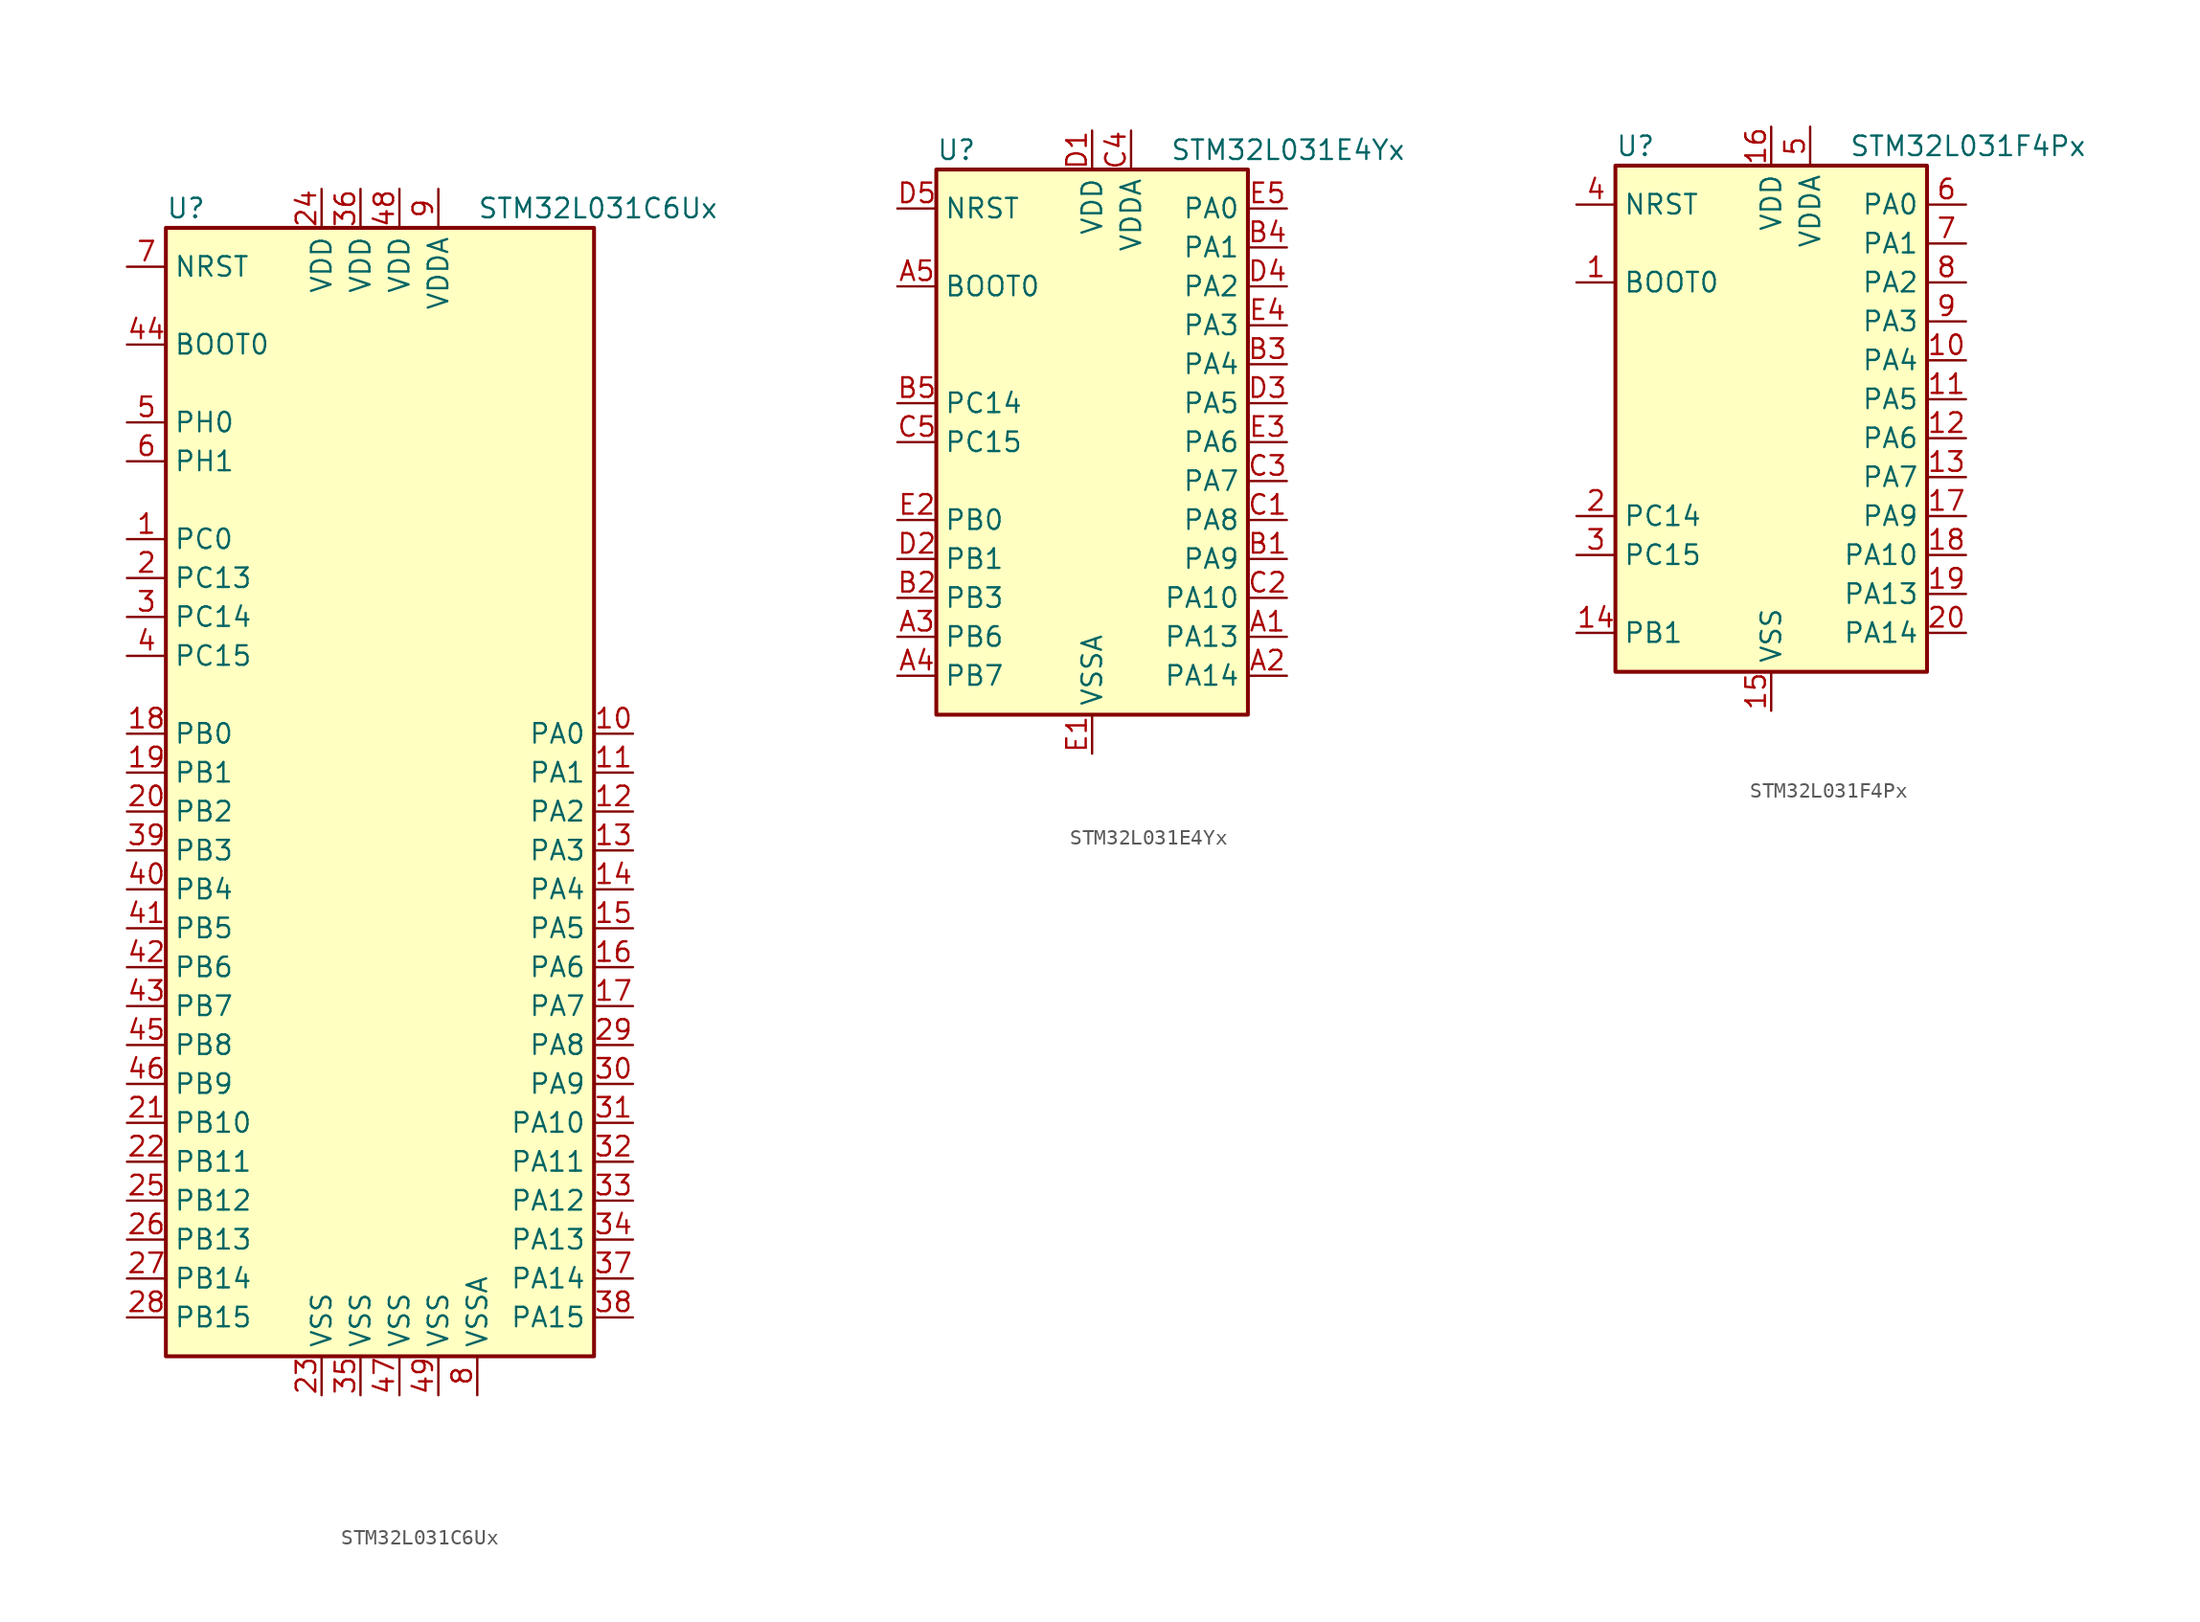
<source format=kicad_sym>
(kicad_symbol_lib
  (version 20201005)
  (generator kicad_symbol_editor)
  (symbol "STM32L031C6Ux"
    (property "Reference" "U"
      (at -15.24 36.83 0)
      (effects (font (size 1.27 1.27)) (justify left)))
    (property "Value" "STM32L031C6Ux"
      (at 5.08 36.83 0)
      (effects (font (size 1.27 1.27)) (justify left)))
    (symbol "STM32L031C6Ux_0_1"
      (rectangle (start -15.24 -38.1) (end 12.7 35.56) (stroke (width 0.254)) (fill (type background))))
    (symbol "STM32L031C6Ux_1_1"
      (pin bidirectional line (at -17.78 15.24 0) (length 2.54) (name "PC0" (effects (font (size 1.27 1.27)))) (number "1" (effects (font (size 1.27 1.27)))))
      (pin bidirectional line (at 15.24 2.54 180) (length 2.54) (name "PA0" (effects (font (size 1.27 1.27)))) (number "10" (effects (font (size 1.27 1.27)))))
      (pin bidirectional line (at 15.24 0 180) (length 2.54) (name "PA1" (effects (font (size 1.27 1.27)))) (number "11" (effects (font (size 1.27 1.27)))))
      (pin bidirectional line (at 15.24 -2.54 180) (length 2.54) (name "PA2" (effects (font (size 1.27 1.27)))) (number "12" (effects (font (size 1.27 1.27)))))
      (pin bidirectional line (at 15.24 -5.08 180) (length 2.54) (name "PA3" (effects (font (size 1.27 1.27)))) (number "13" (effects (font (size 1.27 1.27)))))
      (pin bidirectional line (at 15.24 -7.62 180) (length 2.54) (name "PA4" (effects (font (size 1.27 1.27)))) (number "14" (effects (font (size 1.27 1.27)))))
      (pin bidirectional line (at 15.24 -10.16 180) (length 2.54) (name "PA5" (effects (font (size 1.27 1.27)))) (number "15" (effects (font (size 1.27 1.27)))))
      (pin bidirectional line (at 15.24 -12.7 180) (length 2.54) (name "PA6" (effects (font (size 1.27 1.27)))) (number "16" (effects (font (size 1.27 1.27)))))
      (pin bidirectional line (at 15.24 -15.24 180) (length 2.54) (name "PA7" (effects (font (size 1.27 1.27)))) (number "17" (effects (font (size 1.27 1.27)))))
      (pin bidirectional line (at -17.78 2.54 0) (length 2.54) (name "PB0" (effects (font (size 1.27 1.27)))) (number "18" (effects (font (size 1.27 1.27)))))
      (pin bidirectional line (at -17.78 0 0) (length 2.54) (name "PB1" (effects (font (size 1.27 1.27)))) (number "19" (effects (font (size 1.27 1.27)))))
      (pin bidirectional line (at -17.78 12.7 0) (length 2.54) (name "PC13" (effects (font (size 1.27 1.27)))) (number "2" (effects (font (size 1.27 1.27)))))
      (pin bidirectional line (at -17.78 -2.54 0) (length 2.54) (name "PB2" (effects (font (size 1.27 1.27)))) (number "20" (effects (font (size 1.27 1.27)))))
      (pin bidirectional line (at -17.78 -22.86 0) (length 2.54) (name "PB10" (effects (font (size 1.27 1.27)))) (number "21" (effects (font (size 1.27 1.27)))))
      (pin bidirectional line (at -17.78 -25.4 0) (length 2.54) (name "PB11" (effects (font (size 1.27 1.27)))) (number "22" (effects (font (size 1.27 1.27)))))
      (pin power_in line (at -5.08 -40.64 90) (length 2.54) (name "VSS" (effects (font (size 1.27 1.27)))) (number "23" (effects (font (size 1.27 1.27)))))
      (pin power_in line (at -5.08 38.1 270) (length 2.54) (name "VDD" (effects (font (size 1.27 1.27)))) (number "24" (effects (font (size 1.27 1.27)))))
      (pin bidirectional line (at -17.78 -27.94 0) (length 2.54) (name "PB12" (effects (font (size 1.27 1.27)))) (number "25" (effects (font (size 1.27 1.27)))))
      (pin bidirectional line (at -17.78 -30.48 0) (length 2.54) (name "PB13" (effects (font (size 1.27 1.27)))) (number "26" (effects (font (size 1.27 1.27)))))
      (pin bidirectional line (at -17.78 -33.02 0) (length 2.54) (name "PB14" (effects (font (size 1.27 1.27)))) (number "27" (effects (font (size 1.27 1.27)))))
      (pin bidirectional line (at -17.78 -35.56 0) (length 2.54) (name "PB15" (effects (font (size 1.27 1.27)))) (number "28" (effects (font (size 1.27 1.27)))))
      (pin bidirectional line (at 15.24 -17.78 180) (length 2.54) (name "PA8" (effects (font (size 1.27 1.27)))) (number "29" (effects (font (size 1.27 1.27)))))
      (pin bidirectional line (at -17.78 10.16 0) (length 2.54) (name "PC14" (effects (font (size 1.27 1.27)))) (number "3" (effects (font (size 1.27 1.27)))))
      (pin bidirectional line (at 15.24 -20.32 180) (length 2.54) (name "PA9" (effects (font (size 1.27 1.27)))) (number "30" (effects (font (size 1.27 1.27)))))
      (pin bidirectional line (at 15.24 -22.86 180) (length 2.54) (name "PA10" (effects (font (size 1.27 1.27)))) (number "31" (effects (font (size 1.27 1.27)))))
      (pin bidirectional line (at 15.24 -25.4 180) (length 2.54) (name "PA11" (effects (font (size 1.27 1.27)))) (number "32" (effects (font (size 1.27 1.27)))))
      (pin bidirectional line (at 15.24 -27.94 180) (length 2.54) (name "PA12" (effects (font (size 1.27 1.27)))) (number "33" (effects (font (size 1.27 1.27)))))
      (pin bidirectional line (at 15.24 -30.48 180) (length 2.54) (name "PA13" (effects (font (size 1.27 1.27)))) (number "34" (effects (font (size 1.27 1.27)))))
      (pin power_in line (at -2.54 -40.64 90) (length 2.54) (name "VSS" (effects (font (size 1.27 1.27)))) (number "35" (effects (font (size 1.27 1.27)))))
      (pin power_in line (at -2.54 38.1 270) (length 2.54) (name "VDD" (effects (font (size 1.27 1.27)))) (number "36" (effects (font (size 1.27 1.27)))))
      (pin bidirectional line (at 15.24 -33.02 180) (length 2.54) (name "PA14" (effects (font (size 1.27 1.27)))) (number "37" (effects (font (size 1.27 1.27)))))
      (pin bidirectional line (at 15.24 -35.56 180) (length 2.54) (name "PA15" (effects (font (size 1.27 1.27)))) (number "38" (effects (font (size 1.27 1.27)))))
      (pin bidirectional line (at -17.78 -5.08 0) (length 2.54) (name "PB3" (effects (font (size 1.27 1.27)))) (number "39" (effects (font (size 1.27 1.27)))))
      (pin bidirectional line (at -17.78 7.62 0) (length 2.54) (name "PC15" (effects (font (size 1.27 1.27)))) (number "4" (effects (font (size 1.27 1.27)))))
      (pin bidirectional line (at -17.78 -7.62 0) (length 2.54) (name "PB4" (effects (font (size 1.27 1.27)))) (number "40" (effects (font (size 1.27 1.27)))))
      (pin bidirectional line (at -17.78 -10.16 0) (length 2.54) (name "PB5" (effects (font (size 1.27 1.27)))) (number "41" (effects (font (size 1.27 1.27)))))
      (pin bidirectional line (at -17.78 -12.7 0) (length 2.54) (name "PB6" (effects (font (size 1.27 1.27)))) (number "42" (effects (font (size 1.27 1.27)))))
      (pin bidirectional line (at -17.78 -15.24 0) (length 2.54) (name "PB7" (effects (font (size 1.27 1.27)))) (number "43" (effects (font (size 1.27 1.27)))))
      (pin input line (at -17.78 27.94 0) (length 2.54) (name "BOOT0" (effects (font (size 1.27 1.27)))) (number "44" (effects (font (size 1.27 1.27)))))
      (pin bidirectional line (at -17.78 -17.78 0) (length 2.54) (name "PB8" (effects (font (size 1.27 1.27)))) (number "45" (effects (font (size 1.27 1.27)))))
      (pin bidirectional line (at -17.78 -20.32 0) (length 2.54) (name "PB9" (effects (font (size 1.27 1.27)))) (number "46" (effects (font (size 1.27 1.27)))))
      (pin power_in line (at 0 -40.64 90) (length 2.54) (name "VSS" (effects (font (size 1.27 1.27)))) (number "47" (effects (font (size 1.27 1.27)))))
      (pin power_in line (at 0 38.1 270) (length 2.54) (name "VDD" (effects (font (size 1.27 1.27)))) (number "48" (effects (font (size 1.27 1.27)))))
      (pin power_in line (at 2.54 -40.64 90) (length 2.54) (name "VSS" (effects (font (size 1.27 1.27)))) (number "49" (effects (font (size 1.27 1.27)))))
      (pin input line (at -17.78 22.86 0) (length 2.54) (name "PH0" (effects (font (size 1.27 1.27)))) (number "5" (effects (font (size 1.27 1.27)))))
      (pin input line (at -17.78 20.32 0) (length 2.54) (name "PH1" (effects (font (size 1.27 1.27)))) (number "6" (effects (font (size 1.27 1.27)))))
      (pin input line (at -17.78 33.02 0) (length 2.54) (name "NRST" (effects (font (size 1.27 1.27)))) (number "7" (effects (font (size 1.27 1.27)))))
      (pin power_in line (at 5.08 -40.64 90) (length 2.54) (name "VSSA" (effects (font (size 1.27 1.27)))) (number "8" (effects (font (size 1.27 1.27)))))
      (pin power_in line (at 2.54 38.1 270) (length 2.54) (name "VDDA" (effects (font (size 1.27 1.27)))) (number "9" (effects (font (size 1.27 1.27)))))))
  (symbol "STM32L031E4Yx"
    (property "Reference" "U"
      (at -10.16 19.05 0)
      (effects (font (size 1.27 1.27)) (justify left)))
    (property "Value" "STM32L031E4Yx"
      (at 5.08 19.05 0)
      (effects (font (size 1.27 1.27)) (justify left)))
    (symbol "STM32L031E4Yx_0_1"
      (rectangle (start -10.16 -17.78) (end 10.16 17.78) (stroke (width 0.254)) (fill (type background))))
    (symbol "STM32L031E4Yx_1_1"
      (pin bidirectional line (at 12.7 -12.7 180) (length 2.54) (name "PA13" (effects (font (size 1.27 1.27)))) (number "A1" (effects (font (size 1.27 1.27)))))
      (pin bidirectional line (at 12.7 -15.24 180) (length 2.54) (name "PA14" (effects (font (size 1.27 1.27)))) (number "A2" (effects (font (size 1.27 1.27)))))
      (pin bidirectional line (at -12.7 -12.7 0) (length 2.54) (name "PB6" (effects (font (size 1.27 1.27)))) (number "A3" (effects (font (size 1.27 1.27)))))
      (pin bidirectional line (at -12.7 -15.24 0) (length 2.54) (name "PB7" (effects (font (size 1.27 1.27)))) (number "A4" (effects (font (size 1.27 1.27)))))
      (pin input line (at -12.7 10.16 0) (length 2.54) (name "BOOT0" (effects (font (size 1.27 1.27)))) (number "A5" (effects (font (size 1.27 1.27)))))
      (pin bidirectional line (at 12.7 -7.62 180) (length 2.54) (name "PA9" (effects (font (size 1.27 1.27)))) (number "B1" (effects (font (size 1.27 1.27)))))
      (pin bidirectional line (at -12.7 -10.16 0) (length 2.54) (name "PB3" (effects (font (size 1.27 1.27)))) (number "B2" (effects (font (size 1.27 1.27)))))
      (pin bidirectional line (at 12.7 5.08 180) (length 2.54) (name "PA4" (effects (font (size 1.27 1.27)))) (number "B3" (effects (font (size 1.27 1.27)))))
      (pin bidirectional line (at 12.7 12.7 180) (length 2.54) (name "PA1" (effects (font (size 1.27 1.27)))) (number "B4" (effects (font (size 1.27 1.27)))))
      (pin bidirectional line (at -12.7 2.54 0) (length 2.54) (name "PC14" (effects (font (size 1.27 1.27)))) (number "B5" (effects (font (size 1.27 1.27)))))
      (pin bidirectional line (at 12.7 -5.08 180) (length 2.54) (name "PA8" (effects (font (size 1.27 1.27)))) (number "C1" (effects (font (size 1.27 1.27)))))
      (pin bidirectional line (at 12.7 -10.16 180) (length 2.54) (name "PA10" (effects (font (size 1.27 1.27)))) (number "C2" (effects (font (size 1.27 1.27)))))
      (pin bidirectional line (at 12.7 -2.54 180) (length 2.54) (name "PA7" (effects (font (size 1.27 1.27)))) (number "C3" (effects (font (size 1.27 1.27)))))
      (pin power_in line (at 2.54 20.32 270) (length 2.54) (name "VDDA" (effects (font (size 1.27 1.27)))) (number "C4" (effects (font (size 1.27 1.27)))))
      (pin bidirectional line (at -12.7 0 0) (length 2.54) (name "PC15" (effects (font (size 1.27 1.27)))) (number "C5" (effects (font (size 1.27 1.27)))))
      (pin power_in line (at 0 20.32 270) (length 2.54) (name "VDD" (effects (font (size 1.27 1.27)))) (number "D1" (effects (font (size 1.27 1.27)))))
      (pin bidirectional line (at -12.7 -7.62 0) (length 2.54) (name "PB1" (effects (font (size 1.27 1.27)))) (number "D2" (effects (font (size 1.27 1.27)))))
      (pin bidirectional line (at 12.7 2.54 180) (length 2.54) (name "PA5" (effects (font (size 1.27 1.27)))) (number "D3" (effects (font (size 1.27 1.27)))))
      (pin bidirectional line (at 12.7 10.16 180) (length 2.54) (name "PA2" (effects (font (size 1.27 1.27)))) (number "D4" (effects (font (size 1.27 1.27)))))
      (pin input line (at -12.7 15.24 0) (length 2.54) (name "NRST" (effects (font (size 1.27 1.27)))) (number "D5" (effects (font (size 1.27 1.27)))))
      (pin power_in line (at 0 -20.32 90) (length 2.54) (name "VSSA" (effects (font (size 1.27 1.27)))) (number "E1" (effects (font (size 1.27 1.27)))))
      (pin bidirectional line (at -12.7 -5.08 0) (length 2.54) (name "PB0" (effects (font (size 1.27 1.27)))) (number "E2" (effects (font (size 1.27 1.27)))))
      (pin bidirectional line (at 12.7 0 180) (length 2.54) (name "PA6" (effects (font (size 1.27 1.27)))) (number "E3" (effects (font (size 1.27 1.27)))))
      (pin bidirectional line (at 12.7 7.62 180) (length 2.54) (name "PA3" (effects (font (size 1.27 1.27)))) (number "E4" (effects (font (size 1.27 1.27)))))
      (pin bidirectional line (at 12.7 15.24 180) (length 2.54) (name "PA0" (effects (font (size 1.27 1.27)))) (number "E5" (effects (font (size 1.27 1.27)))))))
  (symbol "STM32L031F4Px"
    (property "Reference" "U"
      (at -10.16 16.51 0)
      (effects (font (size 1.27 1.27)) (justify left)))
    (property "Value" "STM32L031F4Px"
      (at 5.08 16.51 0)
      (effects (font (size 1.27 1.27)) (justify left)))
    (symbol "STM32L031F4Px_0_1"
      (rectangle (start -10.16 -17.78) (end 10.16 15.24) (stroke (width 0.254)) (fill (type background))))
    (symbol "STM32L031F4Px_1_1"
      (pin input line (at -12.7 7.62 0) (length 2.54) (name "BOOT0" (effects (font (size 1.27 1.27)))) (number "1" (effects (font (size 1.27 1.27)))))
      (pin bidirectional line (at 12.7 2.54 180) (length 2.54) (name "PA4" (effects (font (size 1.27 1.27)))) (number "10" (effects (font (size 1.27 1.27)))))
      (pin bidirectional line (at 12.7 0 180) (length 2.54) (name "PA5" (effects (font (size 1.27 1.27)))) (number "11" (effects (font (size 1.27 1.27)))))
      (pin bidirectional line (at 12.7 -2.54 180) (length 2.54) (name "PA6" (effects (font (size 1.27 1.27)))) (number "12" (effects (font (size 1.27 1.27)))))
      (pin bidirectional line (at 12.7 -5.08 180) (length 2.54) (name "PA7" (effects (font (size 1.27 1.27)))) (number "13" (effects (font (size 1.27 1.27)))))
      (pin bidirectional line (at -12.7 -15.24 0) (length 2.54) (name "PB1" (effects (font (size 1.27 1.27)))) (number "14" (effects (font (size 1.27 1.27)))))
      (pin power_in line (at 0 -20.32 90) (length 2.54) (name "VSS" (effects (font (size 1.27 1.27)))) (number "15" (effects (font (size 1.27 1.27)))))
      (pin power_in line (at 0 17.78 270) (length 2.54) (name "VDD" (effects (font (size 1.27 1.27)))) (number "16" (effects (font (size 1.27 1.27)))))
      (pin bidirectional line (at 12.7 -7.62 180) (length 2.54) (name "PA9" (effects (font (size 1.27 1.27)))) (number "17" (effects (font (size 1.27 1.27)))))
      (pin bidirectional line (at 12.7 -10.16 180) (length 2.54) (name "PA10" (effects (font (size 1.27 1.27)))) (number "18" (effects (font (size 1.27 1.27)))))
      (pin bidirectional line (at 12.7 -12.7 180) (length 2.54) (name "PA13" (effects (font (size 1.27 1.27)))) (number "19" (effects (font (size 1.27 1.27)))))
      (pin bidirectional line (at -12.7 -7.62 0) (length 2.54) (name "PC14" (effects (font (size 1.27 1.27)))) (number "2" (effects (font (size 1.27 1.27)))))
      (pin bidirectional line (at 12.7 -15.24 180) (length 2.54) (name "PA14" (effects (font (size 1.27 1.27)))) (number "20" (effects (font (size 1.27 1.27)))))
      (pin bidirectional line (at -12.7 -10.16 0) (length 2.54) (name "PC15" (effects (font (size 1.27 1.27)))) (number "3" (effects (font (size 1.27 1.27)))))
      (pin input line (at -12.7 12.7 0) (length 2.54) (name "NRST" (effects (font (size 1.27 1.27)))) (number "4" (effects (font (size 1.27 1.27)))))
      (pin power_in line (at 2.54 17.78 270) (length 2.54) (name "VDDA" (effects (font (size 1.27 1.27)))) (number "5" (effects (font (size 1.27 1.27)))))
      (pin bidirectional line (at 12.7 12.7 180) (length 2.54) (name "PA0" (effects (font (size 1.27 1.27)))) (number "6" (effects (font (size 1.27 1.27)))))
      (pin bidirectional line (at 12.7 10.16 180) (length 2.54) (name "PA1" (effects (font (size 1.27 1.27)))) (number "7" (effects (font (size 1.27 1.27)))))
      (pin bidirectional line (at 12.7 7.62 180) (length 2.54) (name "PA2" (effects (font (size 1.27 1.27)))) (number "8" (effects (font (size 1.27 1.27)))))
      (pin bidirectional line (at 12.7 5.08 180) (length 2.54) (name "PA3" (effects (font (size 1.27 1.27)))) (number "9" (effects (font (size 1.27 1.27))))))))
</source>
